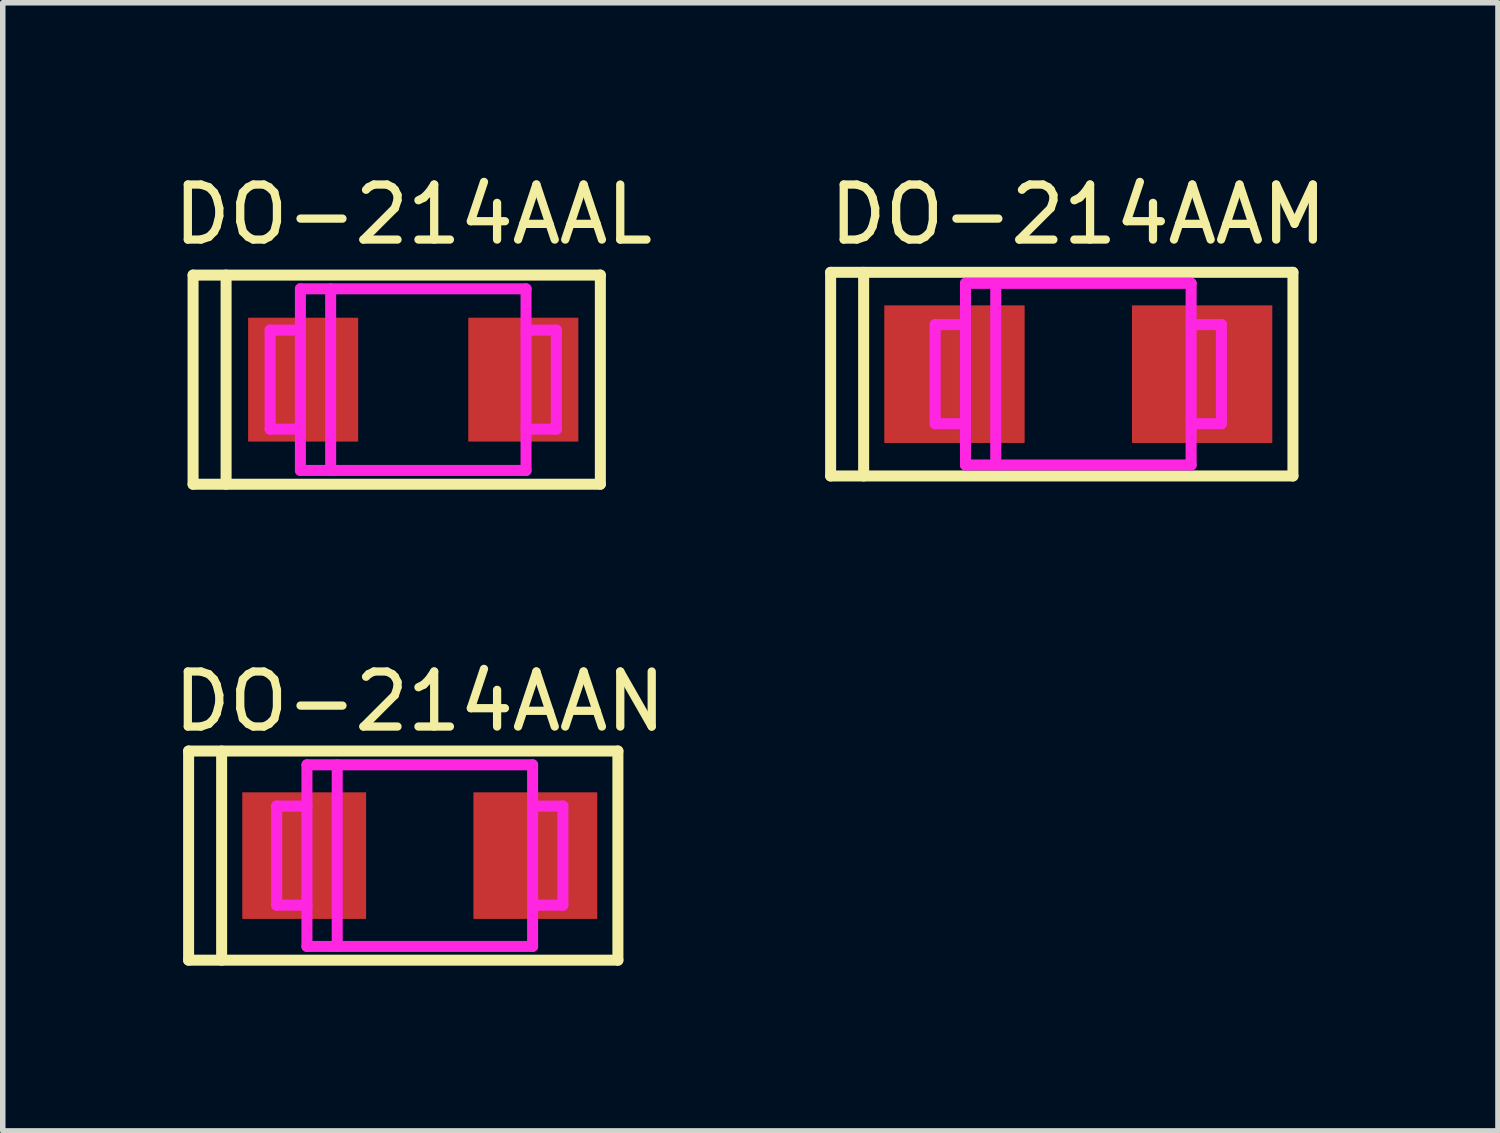
<source format=kicad_pcb>
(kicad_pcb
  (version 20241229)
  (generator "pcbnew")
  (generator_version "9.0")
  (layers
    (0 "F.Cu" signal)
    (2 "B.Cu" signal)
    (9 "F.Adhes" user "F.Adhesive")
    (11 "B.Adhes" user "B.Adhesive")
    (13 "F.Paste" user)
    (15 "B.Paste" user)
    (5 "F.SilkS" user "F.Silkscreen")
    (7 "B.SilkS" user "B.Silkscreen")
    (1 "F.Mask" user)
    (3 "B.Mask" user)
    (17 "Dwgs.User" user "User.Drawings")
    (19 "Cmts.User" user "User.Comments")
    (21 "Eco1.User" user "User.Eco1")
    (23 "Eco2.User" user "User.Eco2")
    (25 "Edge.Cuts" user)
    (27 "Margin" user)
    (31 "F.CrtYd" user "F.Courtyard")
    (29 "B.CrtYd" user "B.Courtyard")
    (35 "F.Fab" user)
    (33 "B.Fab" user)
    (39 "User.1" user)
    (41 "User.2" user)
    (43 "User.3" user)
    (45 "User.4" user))
  (footprint "DO-214AAM"
    (layer "F.Cu")
    (at 16.542 3.748)
    (property "Reference" "DO-214AAM" (at 0 -2.9 0) (layer "F.SilkS") (effects (font (size 1 1) (thickness 0.15))))
    (attr through_hole)
    (fp_line (start -4.5 -1.85) (end -4.5 1.85) (stroke (width 0.2) (type solid)) (layer "F.SilkS"))
    (fp_line (start -4.5 -1.85) (end 3.9 -1.85) (stroke (width 0.2) (type solid)) (layer "F.SilkS"))
    (fp_line (start -4.5 1.85) (end 3.9 1.85) (stroke (width 0.2) (type solid)) (layer "F.SilkS"))
    (fp_line (start -3.9 -1.85) (end -3.9 1.85) (stroke (width 0.2) (type solid)) (layer "F.SilkS"))
    (fp_line (start 3.9 1.85) (end 3.9 -1.85) (stroke (width 0.2) (type solid)) (layer "F.SilkS"))
    (fp_line (start -2.6 -0.9) (end -2.6 0.9) (stroke (width 0.2) (type solid)) (layer "F.CrtYd"))
    (fp_line (start -2.6 0.9) (end -2.05 0.9) (stroke (width 0.2) (type solid)) (layer "F.CrtYd"))
    (fp_line (start -2.05 -1.65) (end -2.05 1.65) (stroke (width 0.2) (type solid)) (layer "F.CrtYd"))
    (fp_line (start -2.05 -0.9) (end -2.6 -0.9) (stroke (width 0.2) (type solid)) (layer "F.CrtYd"))
    (fp_line (start -2.05 1.65) (end 2.05 1.65) (stroke (width 0.2) (type solid)) (layer "F.CrtYd"))
    (fp_line (start -1.5 -1.65) (end -1.5 1.65) (stroke (width 0.2) (type solid)) (layer "F.CrtYd"))
    (fp_line (start 2.05 -1.65) (end -2.05 -1.65) (stroke (width 0.2) (type solid)) (layer "F.CrtYd"))
    (fp_line (start 2.05 -0.9) (end 2.6 -0.9) (stroke (width 0.2) (type solid)) (layer "F.CrtYd"))
    (fp_line (start 2.05 1.65) (end 2.05 -1.65) (stroke (width 0.2) (type solid)) (layer "F.CrtYd"))
    (fp_line (start 2.6 -0.9) (end 2.6 0.9) (stroke (width 0.2) (type solid)) (layer "F.CrtYd"))
    (fp_line (start 2.6 0.9) (end 2.05 0.9) (stroke (width 0.2) (type solid)) (layer "F.CrtYd"))
    (pad "1" smd rect (at 2.25 0) (size 2.55 2.5) (layers "F.Cu" "F.Mask"))
    (pad "2" smd rect (at -2.25 0) (size 2.55 2.5) (layers "F.Cu" "F.Mask")))
  (footprint "DO-214AAN"
    (layer "F.Cu")
    (at 4.577 12.496)
    (property "Reference" "DO-214AAN" (at 0 -2.8 0) (layer "F.SilkS") (effects (font (size 1 1) (thickness 0.15))))
    (attr through_hole)
    (fp_line (start -4.2 -1.9) (end -4.2 1.9) (stroke (width 0.2) (type solid)) (layer "F.SilkS"))
    (fp_line (start -4.2 1.9) (end 3.6 1.9) (stroke (width 0.2) (type solid)) (layer "F.SilkS"))
    (fp_line (start -3.6 -1.9) (end -3.6 1.9) (stroke (width 0.2) (type solid)) (layer "F.SilkS"))
    (fp_line (start 3.6 -1.9) (end -4.2 -1.9) (stroke (width 0.2) (type solid)) (layer "F.SilkS"))
    (fp_line (start 3.6 1.9) (end 3.6 -1.9) (stroke (width 0.2) (type solid)) (layer "F.SilkS"))
    (fp_line (start -3.05 -0.95) (end -3.05 0.95) (stroke (width 0.3) (type solid)) (layer "F.Paste"))
    (fp_line (start -3.05 0.95) (end -1.15 0.95) (stroke (width 0.3) (type solid)) (layer "F.Paste"))
    (fp_line (start -2.75 -0.95) (end -2.75 0.95) (stroke (width 0.3) (type solid)) (layer "F.Paste"))
    (fp_line (start -2.45 -0.95) (end -2.45 0.95) (stroke (width 0.3) (type solid)) (layer "F.Paste"))
    (fp_line (start -2.15 -0.95) (end -2.15 0.95) (stroke (width 0.3) (type solid)) (layer "F.Paste"))
    (fp_line (start -2.1 0) (end -1.15 -0.95) (stroke (width 0.3) (type solid)) (layer "F.Paste"))
    (fp_line (start -1.85 -0.95) (end -1.85 -0.25) (stroke (width 0.3) (type solid)) (layer "F.Paste"))
    (fp_line (start -1.85 0.95) (end -1.85 0.25) (stroke (width 0.3) (type solid)) (layer "F.Paste"))
    (fp_line (start -1.55 -0.95) (end -1.55 -0.6) (stroke (width 0.3) (type solid)) (layer "F.Paste"))
    (fp_line (start -1.55 0.95) (end -1.55 0.6) (stroke (width 0.3) (type solid)) (layer "F.Paste"))
    (fp_line (start -1.15 -0.95) (end -3.05 -0.95) (stroke (width 0.3) (type solid)) (layer "F.Paste"))
    (fp_line (start -1.15 0.95) (end -2.1 0) (stroke (width 0.3) (type solid)) (layer "F.Paste"))
    (fp_line (start 1.15 -0.95) (end 3.05 -0.95) (stroke (width 0.3) (type solid)) (layer "F.Paste"))
    (fp_line (start 1.15 0.95) (end 2.1 0) (stroke (width 0.3) (type solid)) (layer "F.Paste"))
    (fp_line (start 1.55 -0.95) (end 1.55 -0.6) (stroke (width 0.3) (type solid)) (layer "F.Paste"))
    (fp_line (start 1.55 0.95) (end 1.55 0.6) (stroke (width 0.3) (type solid)) (layer "F.Paste"))
    (fp_line (start 1.85 -0.95) (end 1.85 -0.25) (stroke (width 0.3) (type solid)) (layer "F.Paste"))
    (fp_line (start 1.85 0.95) (end 1.85 0.25) (stroke (width 0.3) (type solid)) (layer "F.Paste"))
    (fp_line (start 2.1 0) (end 1.15 -0.95) (stroke (width 0.3) (type solid)) (layer "F.Paste"))
    (fp_line (start 2.15 -0.95) (end 2.15 0.95) (stroke (width 0.3) (type solid)) (layer "F.Paste"))
    (fp_line (start 2.45 0.95) (end 2.45 -0.95) (stroke (width 0.3) (type solid)) (layer "F.Paste"))
    (fp_line (start 2.75 -0.95) (end 2.75 0.95) (stroke (width 0.3) (type solid)) (layer "F.Paste"))
    (fp_line (start 3.05 -0.95) (end 3.05 0.95) (stroke (width 0.3) (type solid)) (layer "F.Paste"))
    (fp_line (start 3.05 0.95) (end 1.15 0.95) (stroke (width 0.3) (type solid)) (layer "F.Paste"))
    (fp_line (start -2.6 -0.9) (end -2.6 0.9) (stroke (width 0.2) (type solid)) (layer "F.CrtYd"))
    (fp_line (start -2.6 0.9) (end -2.05 0.9) (stroke (width 0.2) (type solid)) (layer "F.CrtYd"))
    (fp_line (start -2.05 -1.65) (end -2.05 1.65) (stroke (width 0.2) (type solid)) (layer "F.CrtYd"))
    (fp_line (start -2.05 -0.9) (end -2.6 -0.9) (stroke (width 0.2) (type solid)) (layer "F.CrtYd"))
    (fp_line (start -2.05 1.65) (end 2.05 1.65) (stroke (width 0.2) (type solid)) (layer "F.CrtYd"))
    (fp_line (start -1.5 -1.65) (end -1.5 1.65) (stroke (width 0.2) (type solid)) (layer "F.CrtYd"))
    (fp_line (start 2.05 -1.65) (end -2.05 -1.65) (stroke (width 0.2) (type solid)) (layer "F.CrtYd"))
    (fp_line (start 2.05 -0.9) (end 2.6 -0.9) (stroke (width 0.2) (type solid)) (layer "F.CrtYd"))
    (fp_line (start 2.05 1.65) (end 2.05 -1.65) (stroke (width 0.2) (type solid)) (layer "F.CrtYd"))
    (fp_line (start 2.6 -0.9) (end 2.6 0.9) (stroke (width 0.2) (type solid)) (layer "F.CrtYd"))
    (fp_line (start 2.6 0.9) (end 2.05 0.9) (stroke (width 0.2) (type solid)) (layer "F.CrtYd"))
    (pad "1" smd rect (at 2.1 0) (size 2.25 2.3) (layers "F.Cu" "F.Mask"))
    (pad "2" smd rect (at -2.1 0) (size 2.25 2.3) (layers "F.Cu" "F.Mask")))
  (footprint "DO-214AAL"
    (layer "F.Cu")
    (at 4.458 3.848)
    (property "Reference" "DO-214AAL" (at 0 -3 0) (layer "F.SilkS") (effects (font (size 1 1) (thickness 0.15))))
    (attr through_hole)
    (fp_line (start -4 -1.9) (end 3.4 -1.9) (stroke (width 0.2) (type solid)) (layer "F.SilkS"))
    (fp_line (start -4 1.9) (end -4 -1.9) (stroke (width 0.2) (type solid)) (layer "F.SilkS"))
    (fp_line (start -3.4 -1.9) (end -3.4 1.9) (stroke (width 0.2) (type solid)) (layer "F.SilkS"))
    (fp_line (start 3.4 -1.9) (end 3.4 1.9) (stroke (width 0.2) (type solid)) (layer "F.SilkS"))
    (fp_line (start 3.4 1.9) (end -4 1.9) (stroke (width 0.2) (type solid)) (layer "F.SilkS"))
    (fp_line (start -2.8 -0.9) (end -2.8 0.9) (stroke (width 0.3) (type solid)) (layer "F.Paste"))
    (fp_line (start -2.8 0.9) (end -1.4 0.9) (stroke (width 0.3) (type solid)) (layer "F.Paste"))
    (fp_line (start -2.5 -0.9) (end -2.5 0.9) (stroke (width 0.3) (type solid)) (layer "F.Paste"))
    (fp_line (start -2.2 -0.9) (end -2.2 0.9) (stroke (width 0.3) (type solid)) (layer "F.Paste"))
    (fp_line (start -2 0) (end -1.4 -0.9) (stroke (width 0.3) (type solid)) (layer "F.Paste"))
    (fp_line (start -1.9 -0.9) (end -1.9 -0.2) (stroke (width 0.3) (type solid)) (layer "F.Paste"))
    (fp_line (start -1.9 -0.2) (end -1.7 -0.9) (stroke (width 0.3) (type solid)) (layer "F.Paste"))
    (fp_line (start -1.9 0.2) (end -1.7 0.9) (stroke (width 0.3) (type solid)) (layer "F.Paste"))
    (fp_line (start -1.9 0.9) (end -1.9 0.2) (stroke (width 0.3) (type solid)) (layer "F.Paste"))
    (fp_line (start -1.4 -0.9) (end -2.8 -0.9) (stroke (width 0.3) (type solid)) (layer "F.Paste"))
    (fp_line (start -1.4 0.9) (end -2 0) (stroke (width 0.3) (type solid)) (layer "F.Paste"))
    (fp_line (start 1.4 -0.9) (end 2 0) (stroke (width 0.3) (type solid)) (layer "F.Paste"))
    (fp_line (start 1.4 0.9) (end 2 0) (stroke (width 0.3) (type solid)) (layer "F.Paste"))
    (fp_line (start 1.9 -0.9) (end 1.9 -0.2) (stroke (width 0.3) (type solid)) (layer "F.Paste"))
    (fp_line (start 1.9 -0.2) (end 1.7 -0.9) (stroke (width 0.3) (type solid)) (layer "F.Paste"))
    (fp_line (start 1.9 0.2) (end 1.7 0.9) (stroke (width 0.3) (type solid)) (layer "F.Paste"))
    (fp_line (start 1.9 0.9) (end 1.9 0.2) (stroke (width 0.3) (type solid)) (layer "F.Paste"))
    (fp_line (start 2.2 -0.9) (end 2.2 0.9) (stroke (width 0.3) (type solid)) (layer "F.Paste"))
    (fp_line (start 2.5 0.9) (end 2.5 -0.9) (stroke (width 0.3) (type solid)) (layer "F.Paste"))
    (fp_line (start 2.8 -0.9) (end 1.4 -0.9) (stroke (width 0.3) (type solid)) (layer "F.Paste"))
    (fp_line (start 2.8 -0.9) (end 2.8 0.9) (stroke (width 0.3) (type solid)) (layer "F.Paste"))
    (fp_line (start 2.8 0.9) (end 1.4 0.9) (stroke (width 0.3) (type solid)) (layer "F.Paste"))
    (fp_line (start -2.6 -0.9) (end -2.6 0.9) (stroke (width 0.2) (type solid)) (layer "F.CrtYd"))
    (fp_line (start -2.6 0.9) (end -2.05 0.9) (stroke (width 0.2) (type solid)) (layer "F.CrtYd"))
    (fp_line (start -2.05 -1.65) (end -2.05 1.65) (stroke (width 0.2) (type solid)) (layer "F.CrtYd"))
    (fp_line (start -2.05 -0.9) (end -2.6 -0.9) (stroke (width 0.2) (type solid)) (layer "F.CrtYd"))
    (fp_line (start -2.05 1.65) (end 2.05 1.65) (stroke (width 0.2) (type solid)) (layer "F.CrtYd"))
    (fp_line (start -1.5 -1.65) (end -1.5 1.65) (stroke (width 0.2) (type solid)) (layer "F.CrtYd"))
    (fp_line (start 2.05 -1.65) (end -2.05 -1.65) (stroke (width 0.2) (type solid)) (layer "F.CrtYd"))
    (fp_line (start 2.05 1.65) (end 2.05 -1.65) (stroke (width 0.2) (type solid)) (layer "F.CrtYd"))
    (fp_line (start 2.6 -0.9) (end 2.05 -0.9) (stroke (width 0.2) (type solid)) (layer "F.CrtYd"))
    (fp_line (start 2.6 -0.9) (end 2.6 0.9) (stroke (width 0.2) (type solid)) (layer "F.CrtYd"))
    (fp_line (start 2.6 0.9) (end 2.05 0.9) (stroke (width 0.2) (type solid)) (layer "F.CrtYd"))
    (pad "1" smd rect (at 2 0) (size 2 2.25) (layers "F.Cu" "F.Mask"))
    (pad "2" smd rect (at -2 0) (size 2 2.25) (layers "F.Cu" "F.Mask")))
  (gr_rect
    (start -3 -3)
    (end 24.167 17.497)
    (stroke (width 0.1) (type default))
    (fill no)
    (layer "Edge.Cuts")))
</source>
